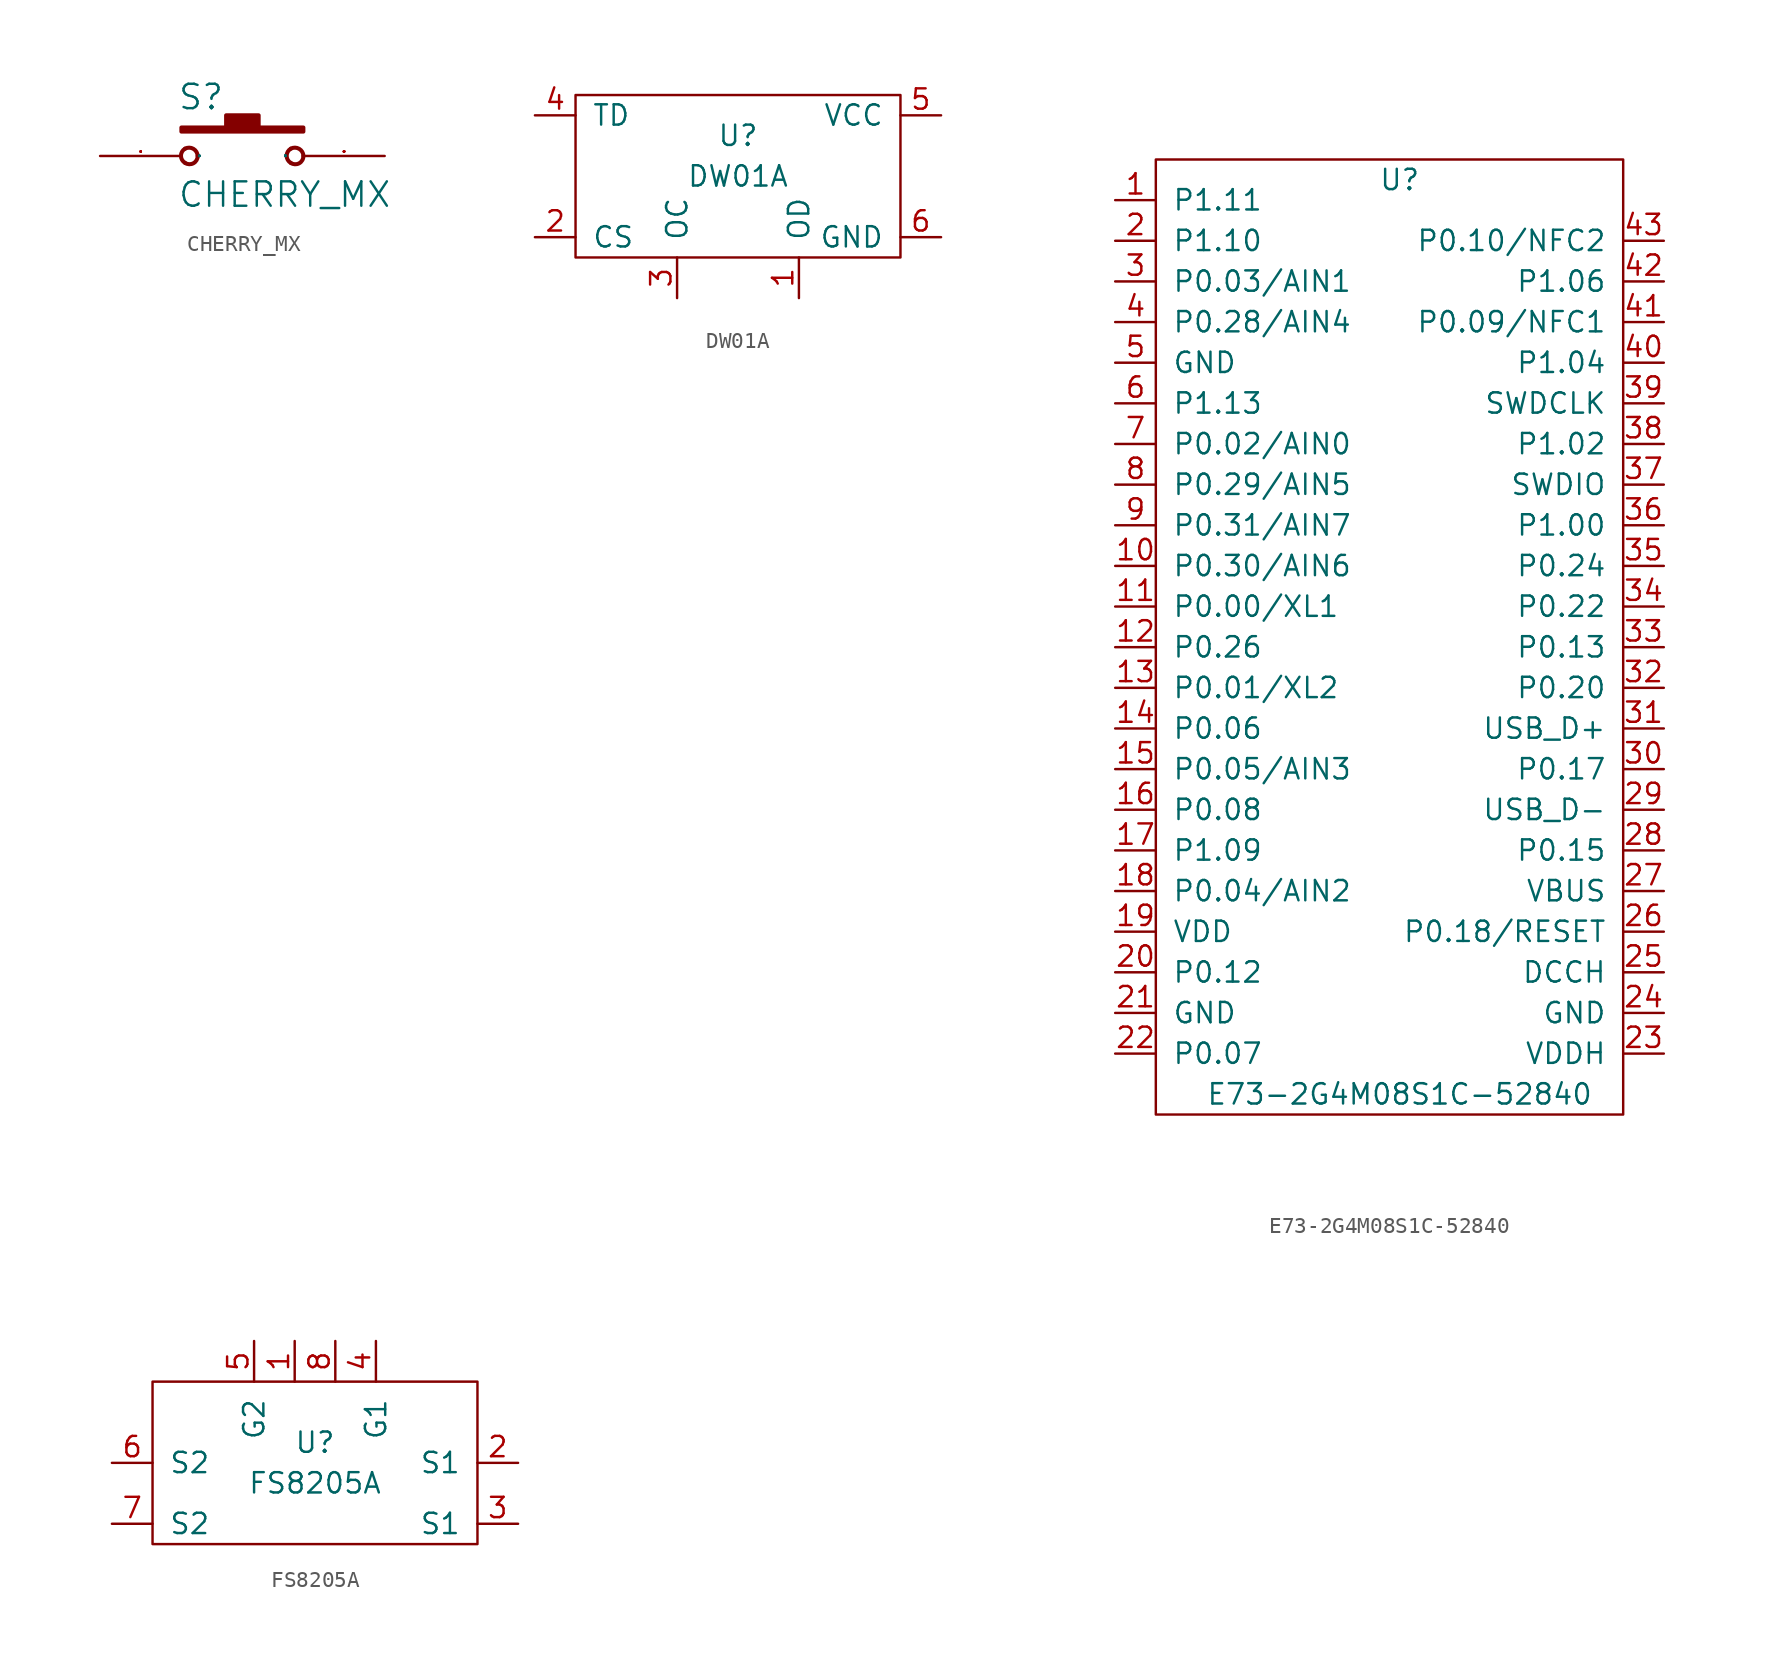
<source format=kicad_sym>
(kicad_symbol_lib
  (version 20211014)
  (generator kicad_symbol_editor)
  (symbol "CHERRY_MX"
    (pin_names
      (offset 1.016))
    (property "Reference" "S"
      (at -0.254 0.254 0)
      (effects (font (size 1.524 1.524)) (justify left bottom)))
    (property "Value" "CHERRY_MX"
      (at -0.254 -5.842 0)
      (effects (font (size 1.524 1.524)) (justify left bottom)))
    (property "Footprint" ""
      (at 0 0 0)
      (effects (font (size 1.524 1.524))))
    (property "Datasheet" ""
      (at 0 0 0)
      (effects (font (size 1.524 1.524))))
    (symbol "CHERRY_MX_0_1"
      (polyline (pts (xy 0 -0.762) (xy 0 -1.016) (xy 7.62 -1.016) (xy 7.62 -0.762) (xy 4.826 -0.762) (xy 4.826 0) (xy 2.794 0) (xy 2.794 -0.762) (xy 0 -0.762)) (stroke (width 0.254) (type default) (color 0 0 0 0)) (fill (type outline)))
      (pin passive line (at -5.08 -2.54 0) (length 5.08) (name "1" (effects (font (size 0.025 0.025)))) (number "1" (effects (font (size 0.025 0.025)))))
      (pin passive line (at 12.7 -2.54 180) (length 5.08) (name "2" (effects (font (size 0.025 0.025)))) (number "2" (effects (font (size 0.025 0.025))))))
    (symbol "CHERRY_MX_1_1"
      (arc (start 0.2286 -2.9718) (mid 0.7538 -2.9918) (end 1.016 -2.54) (stroke (width 0.254) (type default) (color 0 0 0 0)) (fill (type none)))
      (arc (start 0.2286 -2.0828) (mid -0.0278 -2.5331) (end 0.2286 -2.9718) (stroke (width 0.254) (type default) (color 0 0 0 0)) (fill (type none)))
      (arc (start 1.016 -2.54) (mid 0.7565 -2.0969) (end 0.2286 -2.0828) (stroke (width 0.254) (type default) (color 0 0 0 0)) (fill (type none)))
      (arc (start 6.8326 -2.9718) (mid 7.3578 -2.9918) (end 7.62 -2.54) (stroke (width 0.254) (type default) (color 0 0 0 0)) (fill (type none)))
      (arc (start 6.8326 -2.0828) (mid 6.5762 -2.5331) (end 6.8326 -2.9718) (stroke (width 0.254) (type default) (color 0 0 0 0)) (fill (type none)))
      (arc (start 7.62 -2.54) (mid 7.3605 -2.0969) (end 6.8326 -2.0828) (stroke (width 0.254) (type default) (color 0 0 0 0)) (fill (type none)))))
  (symbol "DW01A"
    (pin_names
      (offset 1.016))
    (property "Reference" "U"
      (at 0 2.54 0)
      (effects (font (size 1.27 1.27))))
    (property "Value" "DW01A"
      (at 0 0 0)
      (effects (font (size 1.27 1.27))))
    (symbol "DW01A_0_1"
      (rectangle (start -10.16 5.08) (end 10.16 -5.08) (stroke (width 0) (type default) (color 0 0 0 0)) (fill (type none))))
    (symbol "DW01A_1_1"
      (pin input line (at 3.81 -7.62 90) (length 2.54) (name "OD" (effects (font (size 1.27 1.27)))) (number "1" (effects (font (size 1.27 1.27)))))
      (pin input line (at -12.7 -3.81 0) (length 2.54) (name "CS" (effects (font (size 1.27 1.27)))) (number "2" (effects (font (size 1.27 1.27)))))
      (pin input line (at -3.81 -7.62 90) (length 2.54) (name "OC" (effects (font (size 1.27 1.27)))) (number "3" (effects (font (size 1.27 1.27)))))
      (pin input line (at -12.7 3.81 0) (length 2.54) (name "TD" (effects (font (size 1.27 1.27)))) (number "4" (effects (font (size 1.27 1.27)))))
      (pin input line (at 12.7 3.81 180) (length 2.54) (name "VCC" (effects (font (size 1.27 1.27)))) (number "5" (effects (font (size 1.27 1.27)))))
      (pin input line (at 12.7 -3.81 180) (length 2.54) (name "GND" (effects (font (size 1.27 1.27)))) (number "6" (effects (font (size 1.27 1.27)))))))
  (symbol "E73-2G4M08S1C-52840"
    (pin_names
      (offset 1.016))
    (property "Reference" "U"
      (at 0 29.21 0)
      (effects (font (size 1.27 1.27))))
    (property "Value" "E73-2G4M08S1C-52840"
      (at 0 -27.94 0)
      (effects (font (size 1.27 1.27))))
    (symbol "E73-2G4M08S1C-52840_0_1"
      (rectangle (start -15.24 30.48) (end 13.97 -29.21) (stroke (width 0) (type default) (color 0 0 0 0)) (fill (type none))))
    (symbol "E73-2G4M08S1C-52840_1_1"
      (pin input line (at -17.78 27.94 0) (length 2.54) (name "P1.11" (effects (font (size 1.27 1.27)))) (number "1" (effects (font (size 1.27 1.27)))))
      (pin input line (at -17.78 5.08 0) (length 2.54) (name "P0.30/AIN6" (effects (font (size 1.27 1.27)))) (number "10" (effects (font (size 1.27 1.27)))))
      (pin input line (at -17.78 2.54 0) (length 2.54) (name "P0.00/XL1" (effects (font (size 1.27 1.27)))) (number "11" (effects (font (size 1.27 1.27)))))
      (pin input line (at -17.78 0 0) (length 2.54) (name "P0.26" (effects (font (size 1.27 1.27)))) (number "12" (effects (font (size 1.27 1.27)))))
      (pin input line (at -17.78 -2.54 0) (length 2.54) (name "P0.01/XL2" (effects (font (size 1.27 1.27)))) (number "13" (effects (font (size 1.27 1.27)))))
      (pin input line (at -17.78 -5.08 0) (length 2.54) (name "P0.06" (effects (font (size 1.27 1.27)))) (number "14" (effects (font (size 1.27 1.27)))))
      (pin input line (at -17.78 -7.62 0) (length 2.54) (name "P0.05/AIN3" (effects (font (size 1.27 1.27)))) (number "15" (effects (font (size 1.27 1.27)))))
      (pin input line (at -17.78 -10.16 0) (length 2.54) (name "P0.08" (effects (font (size 1.27 1.27)))) (number "16" (effects (font (size 1.27 1.27)))))
      (pin input line (at -17.78 -12.7 0) (length 2.54) (name "P1.09" (effects (font (size 1.27 1.27)))) (number "17" (effects (font (size 1.27 1.27)))))
      (pin input line (at -17.78 -15.24 0) (length 2.54) (name "P0.04/AIN2" (effects (font (size 1.27 1.27)))) (number "18" (effects (font (size 1.27 1.27)))))
      (pin power_in line (at -17.78 -17.78 0) (length 2.54) (name "VDD" (effects (font (size 1.27 1.27)))) (number "19" (effects (font (size 1.27 1.27)))))
      (pin input line (at -17.78 25.4 0) (length 2.54) (name "P1.10" (effects (font (size 1.27 1.27)))) (number "2" (effects (font (size 1.27 1.27)))))
      (pin input line (at -17.78 -20.32 0) (length 2.54) (name "P0.12" (effects (font (size 1.27 1.27)))) (number "20" (effects (font (size 1.27 1.27)))))
      (pin power_in line (at -17.78 -22.86 0) (length 2.54) (name "GND" (effects (font (size 1.27 1.27)))) (number "21" (effects (font (size 1.27 1.27)))))
      (pin input line (at -17.78 -25.4 0) (length 2.54) (name "P0.07" (effects (font (size 1.27 1.27)))) (number "22" (effects (font (size 1.27 1.27)))))
      (pin power_in line (at 16.51 -25.4 180) (length 2.54) (name "VDDH" (effects (font (size 1.27 1.27)))) (number "23" (effects (font (size 1.27 1.27)))))
      (pin power_in line (at 16.51 -22.86 180) (length 2.54) (name "GND" (effects (font (size 1.27 1.27)))) (number "24" (effects (font (size 1.27 1.27)))))
      (pin power_out line (at 16.51 -20.32 180) (length 2.54) (name "DCCH" (effects (font (size 1.27 1.27)))) (number "25" (effects (font (size 1.27 1.27)))))
      (pin input line (at 16.51 -17.78 180) (length 2.54) (name "P0.18/RESET" (effects (font (size 1.27 1.27)))) (number "26" (effects (font (size 1.27 1.27)))))
      (pin power_in line (at 16.51 -15.24 180) (length 2.54) (name "VBUS" (effects (font (size 1.27 1.27)))) (number "27" (effects (font (size 1.27 1.27)))))
      (pin power_in line (at 16.51 -12.7 180) (length 2.54) (name "P0.15" (effects (font (size 1.27 1.27)))) (number "28" (effects (font (size 1.27 1.27)))))
      (pin input line (at 16.51 -10.16 180) (length 2.54) (name "USB_D-" (effects (font (size 1.27 1.27)))) (number "29" (effects (font (size 1.27 1.27)))))
      (pin input line (at -17.78 22.86 0) (length 2.54) (name "P0.03/AIN1" (effects (font (size 1.27 1.27)))) (number "3" (effects (font (size 1.27 1.27)))))
      (pin input line (at 16.51 -7.62 180) (length 2.54) (name "P0.17" (effects (font (size 1.27 1.27)))) (number "30" (effects (font (size 1.27 1.27)))))
      (pin input line (at 16.51 -5.08 180) (length 2.54) (name "USB_D+" (effects (font (size 1.27 1.27)))) (number "31" (effects (font (size 1.27 1.27)))))
      (pin input line (at 16.51 -2.54 180) (length 2.54) (name "P0.20" (effects (font (size 1.27 1.27)))) (number "32" (effects (font (size 1.27 1.27)))))
      (pin input line (at 16.51 0 180) (length 2.54) (name "P0.13" (effects (font (size 1.27 1.27)))) (number "33" (effects (font (size 1.27 1.27)))))
      (pin input line (at 16.51 2.54 180) (length 2.54) (name "P0.22" (effects (font (size 1.27 1.27)))) (number "34" (effects (font (size 1.27 1.27)))))
      (pin input line (at 16.51 5.08 180) (length 2.54) (name "P0.24" (effects (font (size 1.27 1.27)))) (number "35" (effects (font (size 1.27 1.27)))))
      (pin input line (at 16.51 7.62 180) (length 2.54) (name "P1.00" (effects (font (size 1.27 1.27)))) (number "36" (effects (font (size 1.27 1.27)))))
      (pin input line (at 16.51 10.16 180) (length 2.54) (name "SWDIO" (effects (font (size 1.27 1.27)))) (number "37" (effects (font (size 1.27 1.27)))))
      (pin input line (at 16.51 12.7 180) (length 2.54) (name "P1.02" (effects (font (size 1.27 1.27)))) (number "38" (effects (font (size 1.27 1.27)))))
      (pin input line (at 16.51 15.24 180) (length 2.54) (name "SWDCLK" (effects (font (size 1.27 1.27)))) (number "39" (effects (font (size 1.27 1.27)))))
      (pin input line (at -17.78 20.32 0) (length 2.54) (name "P0.28/AIN4" (effects (font (size 1.27 1.27)))) (number "4" (effects (font (size 1.27 1.27)))))
      (pin input line (at 16.51 17.78 180) (length 2.54) (name "P1.04" (effects (font (size 1.27 1.27)))) (number "40" (effects (font (size 1.27 1.27)))))
      (pin input line (at 16.51 20.32 180) (length 2.54) (name "P0.09/NFC1" (effects (font (size 1.27 1.27)))) (number "41" (effects (font (size 1.27 1.27)))))
      (pin input line (at 16.51 22.86 180) (length 2.54) (name "P1.06" (effects (font (size 1.27 1.27)))) (number "42" (effects (font (size 1.27 1.27)))))
      (pin input line (at 16.51 25.4 180) (length 2.54) (name "P0.10/NFC2" (effects (font (size 1.27 1.27)))) (number "43" (effects (font (size 1.27 1.27)))))
      (pin power_in line (at -17.78 17.78 0) (length 2.54) (name "GND" (effects (font (size 1.27 1.27)))) (number "5" (effects (font (size 1.27 1.27)))))
      (pin input line (at -17.78 15.24 0) (length 2.54) (name "P1.13" (effects (font (size 1.27 1.27)))) (number "6" (effects (font (size 1.27 1.27)))))
      (pin input line (at -17.78 12.7 0) (length 2.54) (name "P0.02/AIN0" (effects (font (size 1.27 1.27)))) (number "7" (effects (font (size 1.27 1.27)))))
      (pin input line (at -17.78 10.16 0) (length 2.54) (name "P0.29/AIN5" (effects (font (size 1.27 1.27)))) (number "8" (effects (font (size 1.27 1.27)))))
      (pin input line (at -17.78 7.62 0) (length 2.54) (name "P0.31/AIN7" (effects (font (size 1.27 1.27)))) (number "9" (effects (font (size 1.27 1.27)))))))
  (symbol "FS8205A"
    (pin_names
      (offset 1.016))
    (property "Reference" "U"
      (at 0 1.27 0)
      (effects (font (size 1.27 1.27))))
    (property "Value" "FS8205A"
      (at 0 -1.27 0)
      (effects (font (size 1.27 1.27))))
    (symbol "FS8205A_0_1"
      (rectangle (start -10.16 5.08) (end 10.16 -5.08) (stroke (width 0) (type default) (color 0 0 0 0)) (fill (type none))))
    (symbol "FS8205A_1_1"
      (pin input line (at -1.27 7.62 270) (length 2.54) (name "~" (effects (font (size 1.27 1.27)))) (number "1" (effects (font (size 1.27 1.27)))))
      (pin input line (at 12.7 0 180) (length 2.54) (name "S1" (effects (font (size 1.27 1.27)))) (number "2" (effects (font (size 1.27 1.27)))))
      (pin input line (at 12.7 -3.81 180) (length 2.54) (name "S1" (effects (font (size 1.27 1.27)))) (number "3" (effects (font (size 1.27 1.27)))))
      (pin input line (at 3.81 7.62 270) (length 2.54) (name "G1" (effects (font (size 1.27 1.27)))) (number "4" (effects (font (size 1.27 1.27)))))
      (pin input line (at -3.81 7.62 270) (length 2.54) (name "G2" (effects (font (size 1.27 1.27)))) (number "5" (effects (font (size 1.27 1.27)))))
      (pin input line (at -12.7 0 0) (length 2.54) (name "S2" (effects (font (size 1.27 1.27)))) (number "6" (effects (font (size 1.27 1.27)))))
      (pin input line (at -12.7 -3.81 0) (length 2.54) (name "S2" (effects (font (size 1.27 1.27)))) (number "7" (effects (font (size 1.27 1.27)))))
      (pin input line (at 1.27 7.62 270) (length 2.54) (name "~" (effects (font (size 1.27 1.27)))) (number "8" (effects (font (size 1.27 1.27))))))))
</source>
